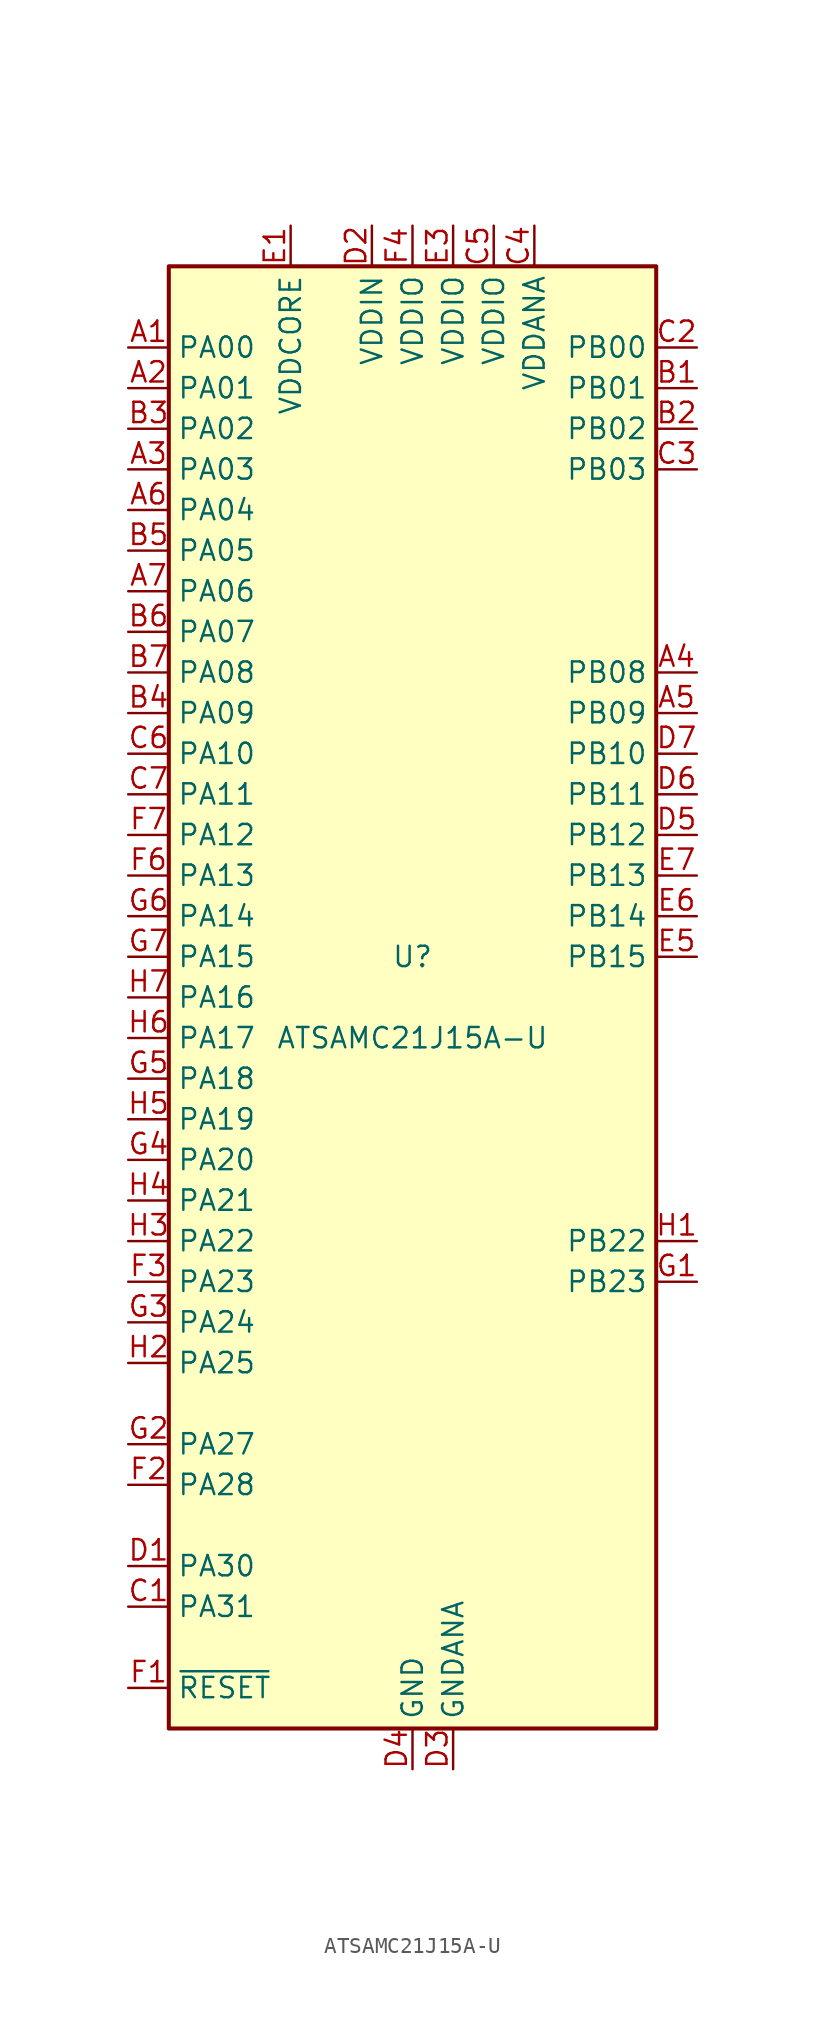
<source format=kicad_sym>
(kicad_symbol_lib
  (version 20211014)
  (generator kicad_symbol_editor)
  (symbol "ATSAMC21J15A-U"
    (property "Reference" "U"
      (at 0 2.54 0)
      (effects (font (size 1.27 1.27))))
    (property "Value" "ATSAMC21J15A-U"
      (at 0 -2.54 0)
      (effects (font (size 1.27 1.27))))
    (symbol "ATSAMC21J15A-U_0_1"
      (rectangle (start -15.24 45.72) (end 15.24 -45.72) (stroke (width 0.254) (type default) (color 0 0 0 0)) (fill (type background))))
    (symbol "ATSAMC21J15A-U_1_1"
      (pin bidirectional line (at -17.78 40.64 0) (length 2.54) (name "PA00" (effects (font (size 1.27 1.27)))) (number "A1" (effects (font (size 1.27 1.27)))))
      (pin bidirectional line (at -17.78 38.1 0) (length 2.54) (name "PA01" (effects (font (size 1.27 1.27)))) (number "A2" (effects (font (size 1.27 1.27)))))
      (pin bidirectional line (at -17.78 33.02 0) (length 2.54) (name "PA03" (effects (font (size 1.27 1.27)))) (number "A3" (effects (font (size 1.27 1.27)))))
      (pin bidirectional line (at 17.78 20.32 180) (length 2.54) (name "PB08" (effects (font (size 1.27 1.27)))) (number "A4" (effects (font (size 1.27 1.27)))))
      (pin bidirectional line (at 17.78 17.78 180) (length 2.54) (name "PB09" (effects (font (size 1.27 1.27)))) (number "A5" (effects (font (size 1.27 1.27)))))
      (pin bidirectional line (at -17.78 30.48 0) (length 2.54) (name "PA04" (effects (font (size 1.27 1.27)))) (number "A6" (effects (font (size 1.27 1.27)))))
      (pin bidirectional line (at -17.78 25.4 0) (length 2.54) (name "PA06" (effects (font (size 1.27 1.27)))) (number "A7" (effects (font (size 1.27 1.27)))))
      (pin bidirectional line (at 17.78 38.1 180) (length 2.54) (name "PB01" (effects (font (size 1.27 1.27)))) (number "B1" (effects (font (size 1.27 1.27)))))
      (pin bidirectional line (at 17.78 35.56 180) (length 2.54) (name "PB02" (effects (font (size 1.27 1.27)))) (number "B2" (effects (font (size 1.27 1.27)))))
      (pin bidirectional line (at -17.78 35.56 0) (length 2.54) (name "PA02" (effects (font (size 1.27 1.27)))) (number "B3" (effects (font (size 1.27 1.27)))))
      (pin bidirectional line (at -17.78 17.78 0) (length 2.54) (name "PA09" (effects (font (size 1.27 1.27)))) (number "B4" (effects (font (size 1.27 1.27)))))
      (pin bidirectional line (at -17.78 27.94 0) (length 2.54) (name "PA05" (effects (font (size 1.27 1.27)))) (number "B5" (effects (font (size 1.27 1.27)))))
      (pin bidirectional line (at -17.78 22.86 0) (length 2.54) (name "PA07" (effects (font (size 1.27 1.27)))) (number "B6" (effects (font (size 1.27 1.27)))))
      (pin bidirectional line (at -17.78 20.32 0) (length 2.54) (name "PA08" (effects (font (size 1.27 1.27)))) (number "B7" (effects (font (size 1.27 1.27)))))
      (pin bidirectional line (at -17.78 -38.1 0) (length 2.54) (name "PA31" (effects (font (size 1.27 1.27)))) (number "C1" (effects (font (size 1.27 1.27)))))
      (pin bidirectional line (at 17.78 40.64 180) (length 2.54) (name "PB00" (effects (font (size 1.27 1.27)))) (number "C2" (effects (font (size 1.27 1.27)))))
      (pin bidirectional line (at 17.78 33.02 180) (length 2.54) (name "PB03" (effects (font (size 1.27 1.27)))) (number "C3" (effects (font (size 1.27 1.27)))))
      (pin power_in line (at 7.62 48.26 270) (length 2.54) (name "VDDANA" (effects (font (size 1.27 1.27)))) (number "C4" (effects (font (size 1.27 1.27)))))
      (pin power_in line (at 5.08 48.26 270) (length 2.54) (name "VDDIO" (effects (font (size 1.27 1.27)))) (number "C5" (effects (font (size 1.27 1.27)))))
      (pin bidirectional line (at -17.78 15.24 0) (length 2.54) (name "PA10" (effects (font (size 1.27 1.27)))) (number "C6" (effects (font (size 1.27 1.27)))))
      (pin bidirectional line (at -17.78 12.7 0) (length 2.54) (name "PA11" (effects (font (size 1.27 1.27)))) (number "C7" (effects (font (size 1.27 1.27)))))
      (pin bidirectional line (at -17.78 -35.56 0) (length 2.54) (name "PA30" (effects (font (size 1.27 1.27)))) (number "D1" (effects (font (size 1.27 1.27)))))
      (pin power_in line (at -2.54 48.26 270) (length 2.54) (name "VDDIN" (effects (font (size 1.27 1.27)))) (number "D2" (effects (font (size 1.27 1.27)))))
      (pin power_in line (at 2.54 -48.26 90) (length 2.54) (name "GNDANA" (effects (font (size 1.27 1.27)))) (number "D3" (effects (font (size 1.27 1.27)))))
      (pin power_in line (at 0 -48.26 90) (length 2.54) (name "GND" (effects (font (size 1.27 1.27)))) (number "D4" (effects (font (size 1.27 1.27)))))
      (pin bidirectional line (at 17.78 10.16 180) (length 2.54) (name "PB12" (effects (font (size 1.27 1.27)))) (number "D5" (effects (font (size 1.27 1.27)))))
      (pin bidirectional line (at 17.78 12.7 180) (length 2.54) (name "PB11" (effects (font (size 1.27 1.27)))) (number "D6" (effects (font (size 1.27 1.27)))))
      (pin bidirectional line (at 17.78 15.24 180) (length 2.54) (name "PB10" (effects (font (size 1.27 1.27)))) (number "D7" (effects (font (size 1.27 1.27)))))
      (pin power_out line (at -7.62 48.26 270) (length 2.54) (name "VDDCORE" (effects (font (size 1.27 1.27)))) (number "E1" (effects (font (size 1.27 1.27)))))
      (pin passive line (at 0 -48.26 90) (length 2.54) hide (name "GND" (effects (font (size 1.27 1.27)))) (number "E2" (effects (font (size 1.27 1.27)))))
      (pin power_in line (at 2.54 48.26 270) (length 2.54) (name "VDDIO" (effects (font (size 1.27 1.27)))) (number "E3" (effects (font (size 1.27 1.27)))))
      (pin passive line (at 0 -48.26 90) (length 2.54) hide (name "GND" (effects (font (size 1.27 1.27)))) (number "E4" (effects (font (size 1.27 1.27)))))
      (pin bidirectional line (at 17.78 2.54 180) (length 2.54) (name "PB15" (effects (font (size 1.27 1.27)))) (number "E5" (effects (font (size 1.27 1.27)))))
      (pin bidirectional line (at 17.78 5.08 180) (length 2.54) (name "PB14" (effects (font (size 1.27 1.27)))) (number "E6" (effects (font (size 1.27 1.27)))))
      (pin bidirectional line (at 17.78 7.62 180) (length 2.54) (name "PB13" (effects (font (size 1.27 1.27)))) (number "E7" (effects (font (size 1.27 1.27)))))
      (pin input line (at -17.78 -43.18 0) (length 2.54) (name "~{RESET}" (effects (font (size 1.27 1.27)))) (number "F1" (effects (font (size 1.27 1.27)))))
      (pin bidirectional line (at -17.78 -30.48 0) (length 2.54) (name "PA28" (effects (font (size 1.27 1.27)))) (number "F2" (effects (font (size 1.27 1.27)))))
      (pin bidirectional line (at -17.78 -17.78 0) (length 2.54) (name "PA23" (effects (font (size 1.27 1.27)))) (number "F3" (effects (font (size 1.27 1.27)))))
      (pin power_in line (at 0 48.26 270) (length 2.54) (name "VDDIO" (effects (font (size 1.27 1.27)))) (number "F4" (effects (font (size 1.27 1.27)))))
      (pin passive line (at 0 -48.26 90) (length 2.54) hide (name "GND" (effects (font (size 1.27 1.27)))) (number "F5" (effects (font (size 1.27 1.27)))))
      (pin bidirectional line (at -17.78 7.62 0) (length 2.54) (name "PA13" (effects (font (size 1.27 1.27)))) (number "F6" (effects (font (size 1.27 1.27)))))
      (pin bidirectional line (at -17.78 10.16 0) (length 2.54) (name "PA12" (effects (font (size 1.27 1.27)))) (number "F7" (effects (font (size 1.27 1.27)))))
      (pin bidirectional line (at 17.78 -17.78 180) (length 2.54) (name "PB23" (effects (font (size 1.27 1.27)))) (number "G1" (effects (font (size 1.27 1.27)))))
      (pin bidirectional line (at -17.78 -27.94 0) (length 2.54) (name "PA27" (effects (font (size 1.27 1.27)))) (number "G2" (effects (font (size 1.27 1.27)))))
      (pin bidirectional line (at -17.78 -20.32 0) (length 2.54) (name "PA24" (effects (font (size 1.27 1.27)))) (number "G3" (effects (font (size 1.27 1.27)))))
      (pin bidirectional line (at -17.78 -10.16 0) (length 2.54) (name "PA20" (effects (font (size 1.27 1.27)))) (number "G4" (effects (font (size 1.27 1.27)))))
      (pin bidirectional line (at -17.78 -5.08 0) (length 2.54) (name "PA18" (effects (font (size 1.27 1.27)))) (number "G5" (effects (font (size 1.27 1.27)))))
      (pin bidirectional line (at -17.78 5.08 0) (length 2.54) (name "PA14" (effects (font (size 1.27 1.27)))) (number "G6" (effects (font (size 1.27 1.27)))))
      (pin bidirectional line (at -17.78 2.54 0) (length 2.54) (name "PA15" (effects (font (size 1.27 1.27)))) (number "G7" (effects (font (size 1.27 1.27)))))
      (pin bidirectional line (at 17.78 -15.24 180) (length 2.54) (name "PB22" (effects (font (size 1.27 1.27)))) (number "H1" (effects (font (size 1.27 1.27)))))
      (pin bidirectional line (at -17.78 -22.86 0) (length 2.54) (name "PA25" (effects (font (size 1.27 1.27)))) (number "H2" (effects (font (size 1.27 1.27)))))
      (pin bidirectional line (at -17.78 -15.24 0) (length 2.54) (name "PA22" (effects (font (size 1.27 1.27)))) (number "H3" (effects (font (size 1.27 1.27)))))
      (pin bidirectional line (at -17.78 -12.7 0) (length 2.54) (name "PA21" (effects (font (size 1.27 1.27)))) (number "H4" (effects (font (size 1.27 1.27)))))
      (pin bidirectional line (at -17.78 -7.62 0) (length 2.54) (name "PA19" (effects (font (size 1.27 1.27)))) (number "H5" (effects (font (size 1.27 1.27)))))
      (pin bidirectional line (at -17.78 -2.54 0) (length 2.54) (name "PA17" (effects (font (size 1.27 1.27)))) (number "H6" (effects (font (size 1.27 1.27)))))
      (pin bidirectional line (at -17.78 0 0) (length 2.54) (name "PA16" (effects (font (size 1.27 1.27)))) (number "H7" (effects (font (size 1.27 1.27))))))))
</source>
